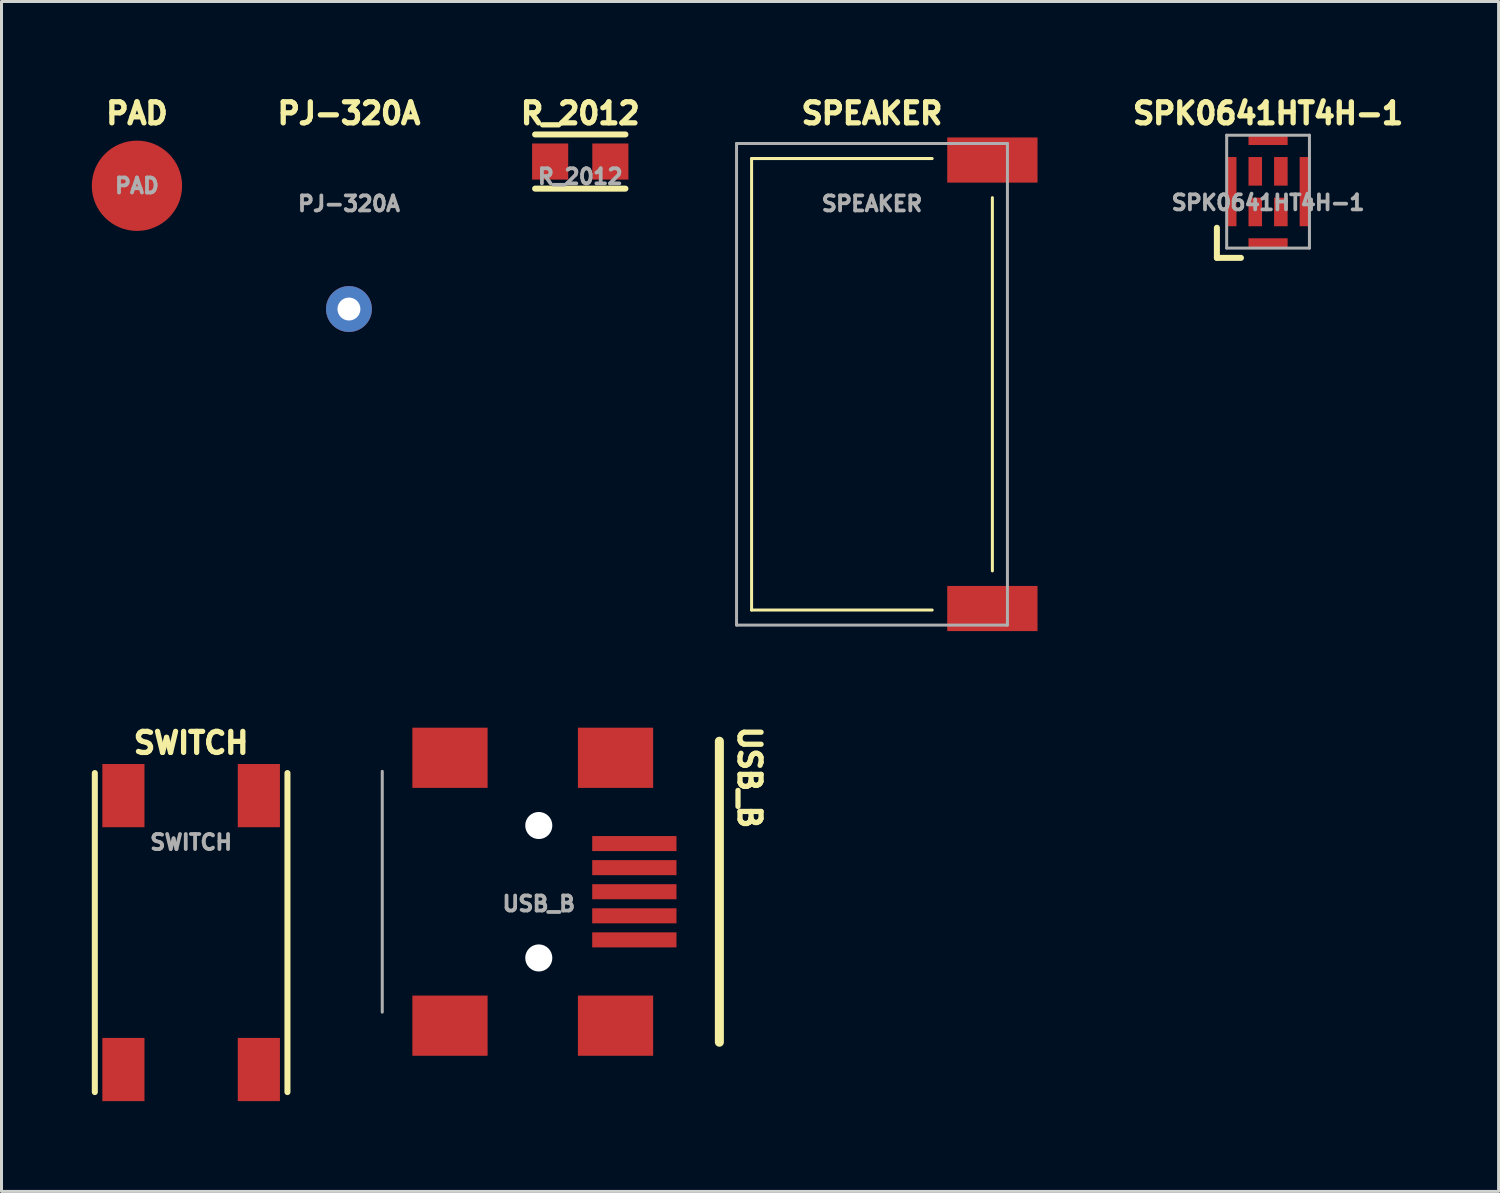
<source format=kicad_pcb>
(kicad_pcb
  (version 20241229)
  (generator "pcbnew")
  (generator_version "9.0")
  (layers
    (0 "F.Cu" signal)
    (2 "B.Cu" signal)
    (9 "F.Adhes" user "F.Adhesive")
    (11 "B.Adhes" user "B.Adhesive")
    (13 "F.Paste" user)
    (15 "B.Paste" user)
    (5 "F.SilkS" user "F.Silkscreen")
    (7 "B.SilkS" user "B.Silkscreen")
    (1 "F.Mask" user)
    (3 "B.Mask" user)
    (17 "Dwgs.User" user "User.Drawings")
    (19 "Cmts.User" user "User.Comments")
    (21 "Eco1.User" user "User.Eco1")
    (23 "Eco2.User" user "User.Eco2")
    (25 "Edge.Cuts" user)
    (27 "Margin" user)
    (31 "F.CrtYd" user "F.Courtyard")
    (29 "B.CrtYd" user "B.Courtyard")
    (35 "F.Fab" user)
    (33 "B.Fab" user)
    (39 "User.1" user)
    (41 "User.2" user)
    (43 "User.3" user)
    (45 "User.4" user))
  (footprint "SWITCH"
    (layer "F.Cu")
    (at 3.3 27.933)
    (property "Reference" "SWITCH" (at 0 -6.3 0) (unlocked yes) (layer "F.SilkS") (effects (font (size 0.7 0.7) (thickness 0.175) (bold yes))))
    (attr smd)
    (fp_line (start -3.2 -5.3) (end -3.2 5.3) (stroke (width 0.2) (type default)) (layer "F.SilkS"))
    (fp_line (start 3.2 -5.3) (end 3.2 5.3) (stroke (width 0.2) (type default)) (layer "F.SilkS"))
    (fp_text user "${REFERENCE}" (at 0 -3 0) (unlocked yes) (layer "F.Fab") (effects (font (size 0.5 0.5) (thickness 0.125))))
    (pad "1" smd rect (at -2.25 4.55) (size 1.4 2.1) (layers "F.Cu" "F.Mask" "F.Paste"))
    (pad "2" smd rect (at -2.25 -4.55) (size 1.4 2.1) (layers "F.Cu" "F.Mask" "F.Paste"))
    (pad "3" smd rect (at 2.25 4.55) (size 1.4 2.1) (layers "F.Cu" "F.Mask" "F.Paste"))
    (pad "4" smd rect (at 2.25 -4.55) (size 1.4 2.1) (layers "F.Cu" "F.Mask" "F.Paste")))
  (footprint "SPK0641HT4H-1"
    (layer "F.Cu")
    (at 39.079 3.317)
    (property "Reference" "SPK0641HT4H-1" (at 0 -2.6 0) (unlocked yes) (layer "F.SilkS") (effects (font (size 0.7 0.7) (thickness 0.175) (bold yes))))
    (attr smd)
    (fp_line (start -1.7 2.2) (end -1.7 1.2) (stroke (width 0.2) (type default)) (layer "F.SilkS"))
    (fp_line (start -1.7 2.2) (end -0.9 2.2) (stroke (width 0.2) (type default)) (layer "F.SilkS"))
    (fp_line (start -1.375 -1.875) (end -1.375 1.875) (stroke (width 0.1) (type default)) (layer "F.Fab"))
    (fp_line (start -1.375 -1.875) (end 1.375 -1.875) (stroke (width 0.1) (type default)) (layer "F.Fab"))
    (fp_line (start -1.375 1.875) (end 1.375 1.875) (stroke (width 0.1) (type default)) (layer "F.Fab"))
    (fp_line (start 1.375 -1.875) (end 1.375 1.875) (stroke (width 0.1) (type default)) (layer "F.Fab"))
    (fp_text user "${REFERENCE}" (at 0 0.365 0) (unlocked yes) (layer "F.Fab") (effects (font (size 0.5 0.5) (thickness 0.125))))
    (pad "1" smd rect (at -0.425 0.675) (size 0.45 0.95) (layers "F.Cu" "F.Mask" "F.Paste"))
    (pad "2" smd rect (at -0.425 -0.675) (size 0.45 0.95) (layers "F.Cu" "F.Mask" "F.Paste"))
    (pad "3" smd rect (at 0.425 -0.675) (size 0.45 0.95) (layers "F.Cu" "F.Mask" "F.Paste"))
    (pad "4" smd rect (at 0.425 0.675) (size 0.45 0.95) (layers "F.Cu" "F.Mask" "F.Paste"))
    (pad "S" smd rect (at -1.212 0) (size 0.325 2.3) (layers "F.Cu" "F.Mask" "F.Paste"))
    (pad "S" smd rect (at 0 -1.712) (size 1.3 0.325) (layers "F.Cu" "F.Mask" "F.Paste"))
    (pad "S" smd rect (at 0 1.712) (size 1.3 0.325) (layers "F.Cu" "F.Mask" "F.Paste"))
    (pad "S" smd rect (at 1.212 0) (size 0.325 2.3) (layers "F.Cu" "F.Mask" "F.Paste")))
  (footprint "USB_B"
    (layer "F.Cu")
    (at 14.85 26.576)
    (property "Reference" "USB_B" (at 7 -3.8 270) (unlocked yes) (layer "F.SilkS") (effects (font (size 0.7 0.7) (thickness 0.175) (bold yes))))
    (attr smd)
    (fp_line (start 6 -5) (end 6 5) (stroke (width 0.3) (type default)) (layer "F.SilkS"))
    (fp_line (start -5.2 -4) (end -5.2 4) (stroke (width 0.1) (type default)) (layer "F.Fab"))
    (fp_text user "${REFERENCE}" (at 0 0.4 0) (unlocked yes) (layer "F.Fab") (effects (font (size 0.5 0.5) (thickness 0.125))))
    (pad "" np_thru_hole circle (at 0 -2.2) (size 0.9 0.9) (drill 0.9) (layers "*.Cu" "*.Mask"))
    (pad "" np_thru_hole circle (at 0 2.2) (size 0.9 0.9) (drill 0.9) (layers "*.Cu" "*.Mask"))
    (pad "1" smd rect (at 3.175 -1.6) (size 2.8 0.5) (layers "F.Cu" "F.Mask" "F.Paste"))
    (pad "2" smd rect (at 3.175 1.6) (size 2.8 0.5) (layers "F.Cu" "F.Mask" "F.Paste"))
    (pad "3" smd rect (at 3.175 0) (size 2.8 0.5) (layers "F.Cu" "F.Mask" "F.Paste"))
    (pad "4" smd rect (at 3.175 -0.8) (size 2.8 0.5) (layers "F.Cu" "F.Mask" "F.Paste"))
    (pad "5" smd rect (at 3.175 0.8) (size 2.8 0.5) (layers "F.Cu" "F.Mask" "F.Paste"))
    (pad "S" smd rect (at -2.95 -4.45) (size 2.5 2) (layers "F.Cu" "F.Mask" "F.Paste"))
    (pad "S" smd rect (at -2.95 4.45) (size 2.5 2) (layers "F.Cu" "F.Mask" "F.Paste"))
    (pad "S" smd rect (at 2.55 -4.45) (size 2.5 2) (layers "F.Cu" "F.Mask" "F.Paste"))
    (pad "S" smd rect (at 2.55 4.45) (size 2.5 2) (layers "F.Cu" "F.Mask" "F.Paste")))
  (footprint "SPEAKER"
    (layer "F.Cu")
    (at 25.92 9.717)
    (property "Reference" "SPEAKER" (at 0 -9 0) (unlocked yes) (layer "F.SilkS") (effects (font (size 0.7 0.7) (thickness 0.175) (bold yes))))
    (attr smd)
    (fp_line (start -4 -7.5) (end -4 7.5) (stroke (width 0.1) (type default)) (layer "F.SilkS"))
    (fp_line (start -4 -7.5) (end 2 -7.5) (stroke (width 0.1) (type default)) (layer "F.SilkS"))
    (fp_line (start -4 7.5) (end 2 7.5) (stroke (width 0.1) (type default)) (layer "F.SilkS"))
    (fp_line (start 4 6.2) (end 4 -6.2) (stroke (width 0.1) (type default)) (layer "F.SilkS"))
    (fp_line (start -4.5 -8) (end -4.5 8) (stroke (width 0.1) (type default)) (layer "F.Fab"))
    (fp_line (start -4.5 -8) (end 4.5 -8) (stroke (width 0.1) (type default)) (layer "F.Fab"))
    (fp_line (start -4.5 8) (end 4.5 8) (stroke (width 0.1) (type default)) (layer "F.Fab"))
    (fp_line (start 4.5 -8) (end 4.5 8) (stroke (width 0.1) (type default)) (layer "F.Fab"))
    (fp_text user "${REFERENCE}" (at 0 -6 0) (unlocked yes) (layer "F.Fab") (effects (font (size 0.5 0.5) (thickness 0.125))))
    (pad "1" smd rect (at 4 -7.45) (size 3 1.5) (layers "F.Cu" "F.Mask" "F.Paste"))
    (pad "2" smd rect (at 4 7.45) (size 3 1.5) (layers "F.Cu" "F.Mask" "F.Paste")))
  (footprint "R_2012"
    (layer "F.Cu")
    (at 16.228 2.317)
    (property "Reference" "R_2012" (at 0 -1.6 0) (unlocked yes) (layer "F.SilkS") (effects (font (size 0.7 0.7) (thickness 0.175) (bold yes))))
    (attr smd)
    (fp_line (start -1.5 -0.9) (end 1.5 -0.9) (stroke (width 0.2) (type default)) (layer "F.SilkS"))
    (fp_line (start 1.5 0.9) (end -1.5 0.9) (stroke (width 0.2) (type default)) (layer "F.SilkS"))
    (fp_text user "${REFERENCE}" (at 0 0.5 0) (unlocked yes) (layer "F.Fab") (effects (font (size 0.5 0.5) (thickness 0.125))))
    (pad "1" smd rect (at -1 0) (size 1.2 1.2) (layers "F.Cu" "F.Mask" "F.Paste"))
    (pad "2" smd rect (at 1 0) (size 1.2 1.2) (layers "F.Cu" "F.Mask" "F.Paste")))
  (footprint "PJ-320A"
    (layer "F.Cu")
    (at 8.543 7.217)
    (property "Reference" "PJ-320A" (at 0 -6.5 0) (unlocked yes) (layer "F.SilkS") (effects (font (size 0.7 0.7) (thickness 0.175) (bold yes))))
    (attr through_hole)
    (fp_text user "${REFERENCE}" (at 0 -3.5 0) (unlocked yes) (layer "F.Fab") (effects (font (size 0.5 0.5) (thickness 0.125))))
    (pad "1" thru_hole circle (at 0 0) (size 1.524 1.524) (drill 0.762) (layers "*.Cu" "*.Mask")))
  (footprint "PAD"
    (layer "F.Cu")
    (at 1.5 3.122)
    (property "Reference" "PAD" (at 0 -2.405 0) (unlocked yes) (layer "F.SilkS") (effects (font (size 0.7 0.7) (thickness 0.175) (bold yes))))
    (attr smd)
    (fp_text user "${REFERENCE}" (at 0 0 0) (unlocked yes) (layer "F.Fab") (effects (font (size 0.5 0.5) (thickness 0.125))))
    (pad "1" smd circle (at 0 0) (size 3 3) (layers "F.Cu" "F.Mask" "F.Paste")))
  (gr_rect
    (start -3 -3)
    (end 46.738 36.533)
    (stroke (width 0.1) (type default))
    (fill no)
    (layer "Edge.Cuts")))
</source>
